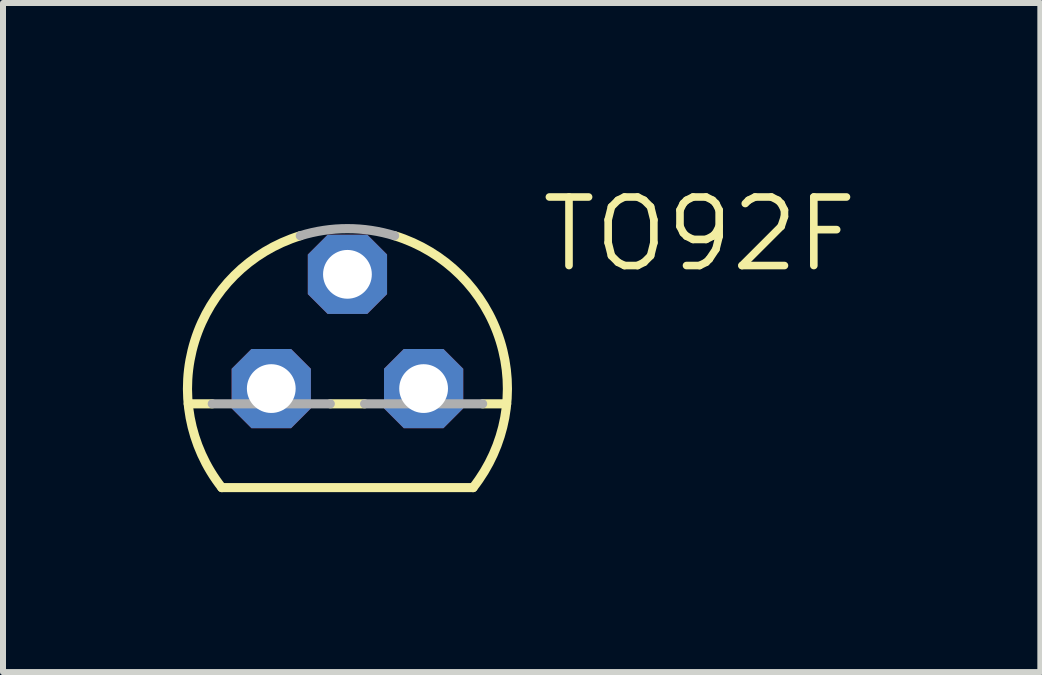
<source format=kicad_pcb>
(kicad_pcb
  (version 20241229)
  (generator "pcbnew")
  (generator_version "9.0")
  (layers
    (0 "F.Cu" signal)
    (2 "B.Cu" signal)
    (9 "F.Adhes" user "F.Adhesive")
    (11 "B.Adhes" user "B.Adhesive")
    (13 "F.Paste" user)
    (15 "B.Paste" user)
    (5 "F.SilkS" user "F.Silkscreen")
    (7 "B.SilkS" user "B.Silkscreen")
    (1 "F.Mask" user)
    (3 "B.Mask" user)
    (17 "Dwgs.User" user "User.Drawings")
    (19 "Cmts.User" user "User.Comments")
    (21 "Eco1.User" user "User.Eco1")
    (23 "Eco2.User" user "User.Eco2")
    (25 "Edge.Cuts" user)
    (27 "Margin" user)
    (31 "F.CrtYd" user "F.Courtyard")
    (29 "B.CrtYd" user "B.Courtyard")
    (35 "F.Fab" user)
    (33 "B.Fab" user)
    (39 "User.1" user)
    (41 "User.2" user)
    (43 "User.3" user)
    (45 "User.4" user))
  (footprint "TO92F"
    (layer "F.Cu")
    (at 2.743 3.429)
    (property "Reference" "TO92F" (at 3.175 -1.905 0) (layer "F.SilkS") (effects (font (size 1.143 1.143) (thickness 0.127)) (justify left bottom)))
    (fp_line (start -2.655 0.254) (end -2.254 0.254) (stroke (width 0.152) (type solid)) (layer "F.SilkS"))
    (fp_line (start -2.095 1.651) (end 2.095 1.651) (stroke (width 0.152) (type solid)) (layer "F.SilkS"))
    (fp_line (start -0.286 0.254) (end 0.286 0.254) (stroke (width 0.152) (type solid)) (layer "F.SilkS"))
    (fp_line (start 2.254 0.254) (end 2.655 0.254) (stroke (width 0.152) (type solid)) (layer "F.SilkS"))
    (fp_arc (start -2.0946 1.651) (mid -2.54634 -0.793276) (end -0.7863 -2.5485) (stroke (width 0.1524) (type solid)) (layer "F.SilkS"))
    (fp_arc (start 0.7868 -2.5484) (mid 2.546775 -0.793203) (end 2.094999 1.651) (stroke (width 0.1524) (type solid)) (layer "F.SilkS"))
    (fp_line (start -2.254 0.254) (end -0.286 0.254) (stroke (width 0.152) (type solid)) (layer "F.Fab"))
    (fp_line (start 0.286 0.254) (end 2.254 0.254) (stroke (width 0.152) (type solid)) (layer "F.Fab"))
    (fp_arc (start -0.7863 -2.5485) (mid 0 -2.667043) (end 0.7863 -2.5485) (stroke (width 0.1524) (type solid)) (layer "F.Fab"))
    (pad "D" thru_hole roundrect (at 1.27 0) (size 1.321 1.321) (drill 0.813) (layers "*.Cu" "*.Mask") (roundrect_rratio 0.25) (chamfer_ratio 0.25) (chamfer top_left top_right bottom_left bottom_right))
    (pad "G" thru_hole roundrect (at 0 -1.905) (size 1.321 1.321) (drill 0.813) (layers "*.Cu" "*.Mask") (roundrect_rratio 0.25) (chamfer_ratio 0.25) (chamfer top_left top_right bottom_left bottom_right))
    (pad "S" thru_hole roundrect (at -1.27 0) (size 1.321 1.321) (drill 0.813) (layers "*.Cu" "*.Mask") (roundrect_rratio 0.25) (chamfer_ratio 0.25) (chamfer top_left top_right bottom_left bottom_right)))
  (gr_rect
    (start -3 -3)
    (end 14.296 8.156)
    (stroke (width 0.1) (type default))
    (fill no)
    (layer "Edge.Cuts")))
</source>
